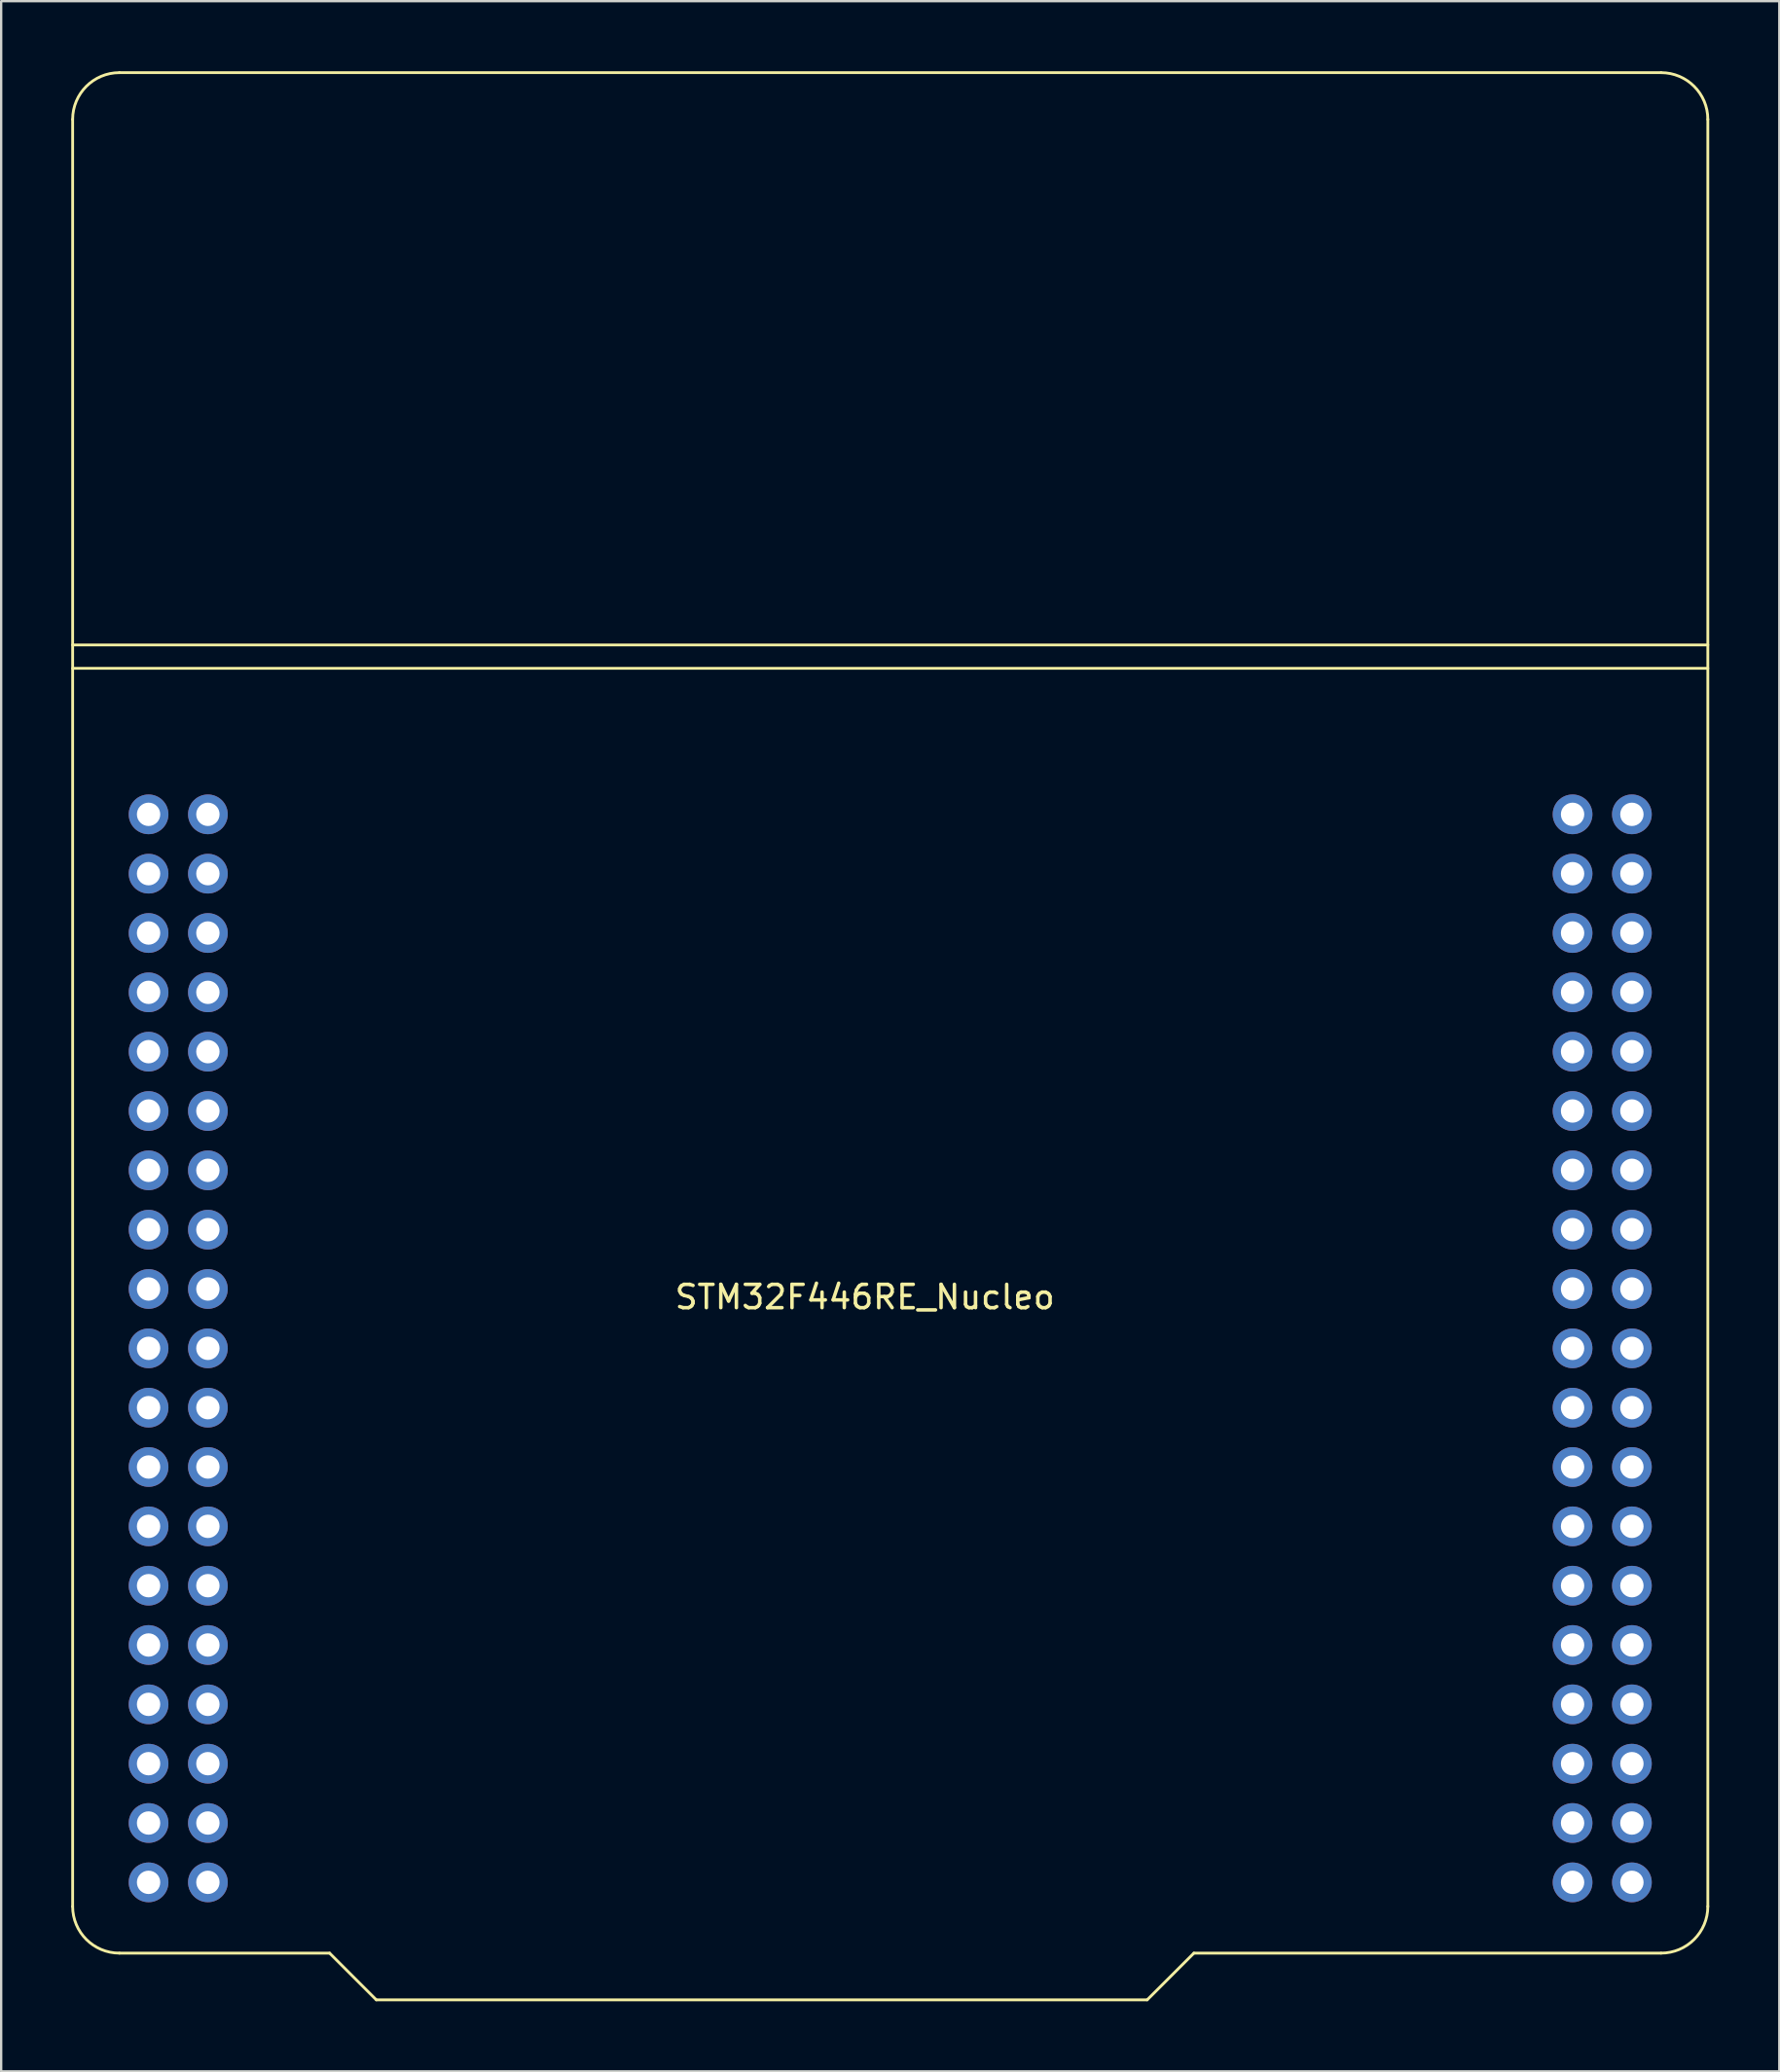
<source format=kicad_pcb>
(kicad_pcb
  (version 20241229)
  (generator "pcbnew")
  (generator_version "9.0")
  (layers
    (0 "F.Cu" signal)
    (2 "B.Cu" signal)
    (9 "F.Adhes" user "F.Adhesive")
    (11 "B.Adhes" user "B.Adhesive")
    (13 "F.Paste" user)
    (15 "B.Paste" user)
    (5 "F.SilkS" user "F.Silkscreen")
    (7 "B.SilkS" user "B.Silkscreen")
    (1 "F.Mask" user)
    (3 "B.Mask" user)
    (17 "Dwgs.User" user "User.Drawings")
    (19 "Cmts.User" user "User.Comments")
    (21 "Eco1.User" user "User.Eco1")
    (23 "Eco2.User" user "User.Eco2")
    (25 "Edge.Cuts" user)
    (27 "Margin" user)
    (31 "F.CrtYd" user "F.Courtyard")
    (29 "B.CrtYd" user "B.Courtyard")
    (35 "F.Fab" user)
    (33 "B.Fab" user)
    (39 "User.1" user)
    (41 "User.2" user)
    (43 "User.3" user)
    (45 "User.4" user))
  (footprint "STM32F446RE_Nucleo"
    (layer "F.Cu")
    (at 33.974 52.974)
    (property "Reference" "STM32F446RE_Nucleo" (at 0 -0.5 0) (unlocked yes) (layer "F.SilkS") (effects (font (size 1 1) (thickness 0.15))))
    (attr through_hole)
    (fp_line (start -33.914 -50.914) (end -33.914 25.586) (stroke (width 0.12) (type solid)) (layer "F.SilkS"))
    (fp_line (start -33.914 -27.414) (end 36.086 -27.414) (stroke (width 0.12) (type solid)) (layer "F.SilkS"))
    (fp_line (start -31.914 -52.914) (end 34.086 -52.914) (stroke (width 0.12) (type solid)) (layer "F.SilkS"))
    (fp_line (start -22.914 27.586) (end -31.914 27.586) (stroke (width 0.12) (type solid)) (layer "F.SilkS"))
    (fp_line (start -22.914 27.586) (end -20.914 29.586) (stroke (width 0.12) (type solid)) (layer "F.SilkS"))
    (fp_line (start -20.914 29.586) (end 12.086 29.586) (stroke (width 0.12) (type solid)) (layer "F.SilkS"))
    (fp_line (start 12.086 29.586) (end 14.086 27.586) (stroke (width 0.12) (type solid)) (layer "F.SilkS"))
    (fp_line (start 14.086 27.586) (end 34.086 27.586) (stroke (width 0.12) (type solid)) (layer "F.SilkS"))
    (fp_line (start 36.086 -50.914) (end 36.086 25.586) (stroke (width 0.12) (type solid)) (layer "F.SilkS"))
    (fp_line (start 36.086 -28.414) (end -33.914 -28.414) (stroke (width 0.12) (type solid)) (layer "F.SilkS"))
    (fp_arc (start -33.914214 -50.914214) (mid -33.328428 -52.328428) (end -31.914214 -52.914214) (stroke (width 0.12) (type solid)) (layer "F.SilkS"))
    (fp_arc (start -31.914214 27.585786) (mid -33.328428 27) (end -33.914214 25.585786) (stroke (width 0.12) (type solid)) (layer "F.SilkS"))
    (fp_arc (start 34.085786 -52.914214) (mid 35.500014 -52.328433) (end 36.085786 -50.914214) (stroke (width 0.12) (type solid)) (layer "F.SilkS"))
    (fp_arc (start 36.085786 25.585786) (mid 35.500004 27.000004) (end 34.085786 27.585786) (stroke (width 0.12) (type solid)) (layer "F.SilkS"))
    (pad "1" thru_hole circle (at -28.124 -5.924) (size 1.7 1.7) (drill 1) (layers "*.Cu" "*.Mask"))
    (pad "2" thru_hole circle (at -30.664 -13.544) (size 1.7 1.7) (drill 1) (layers "*.Cu" "*.Mask"))
    (pad "3" thru_hole circle (at -28.124 -8.464) (size 1.7 1.7) (drill 1) (layers "*.Cu" "*.Mask"))
    (pad "4" thru_hole circle (at 30.296 -13.544) (size 1.7 1.7) (drill 1) (layers "*.Cu" "*.Mask"))
    (pad "5" thru_hole circle (at -30.664 -16.084) (size 1.7 1.7) (drill 1) (layers "*.Cu" "*.Mask"))
    (pad "6" thru_hole circle (at -30.664 19.476) (size 1.7 1.7) (drill 1) (layers "*.Cu" "*.Mask"))
    (pad "7" thru_hole circle (at -28.124 6.776) (size 1.7 1.7) (drill 1) (layers "*.Cu" "*.Mask"))
    (pad "8" thru_hole circle (at 32.836 -13.544) (size 1.7 1.7) (drill 1) (layers "*.Cu" "*.Mask"))
    (pad "9" thru_hole circle (at -28.124 -16.084) (size 1.7 1.7) (drill 1) (layers "*.Cu" "*.Mask"))
    (pad "10" thru_hole circle (at -28.124 -0.844) (size 1.7 1.7) (drill 1) (layers "*.Cu" "*.Mask"))
    (pad "11" thru_hole circle (at -28.124 -3.384) (size 1.7 1.7) (drill 1) (layers "*.Cu" "*.Mask"))
    (pad "12" thru_hole circle (at -28.124 11.856) (size 1.7 1.7) (drill 1) (layers "*.Cu" "*.Mask"))
    (pad "13" thru_hole circle (at -28.124 14.396) (size 1.7 1.7) (drill 1) (layers "*.Cu" "*.Mask"))
    (pad "14" thru_hole circle (at 30.296 22.016) (size 1.7 1.7) (drill 1) (layers "*.Cu" "*.Mask"))
    (pad "15" thru_hole circle (at 30.296 24.556) (size 1.7 1.7) (drill 1) (layers "*.Cu" "*.Mask"))
    (pad "16" thru_hole circle (at -28.124 16.936) (size 1.7 1.7) (drill 1) (layers "*.Cu" "*.Mask"))
    (pad "17" thru_hole circle (at 30.296 -8.464) (size 1.7 1.7) (drill 1) (layers "*.Cu" "*.Mask"))
    (pad "18" thru_hole circle (at 30.296 -5.924) (size 1.7 1.7) (drill 1) (layers "*.Cu" "*.Mask"))
    (pad "19" thru_hole circle (at 30.296 -3.384) (size 1.7 1.7) (drill 1) (layers "*.Cu" "*.Mask"))
    (pad "20" thru_hole circle (at 30.296 6.776) (size 1.7 1.7) (drill 1) (layers "*.Cu" "*.Mask"))
    (pad "21" thru_hole circle (at 30.296 4.236) (size 1.7 1.7) (drill 1) (layers "*.Cu" "*.Mask"))
    (pad "22" thru_hole circle (at 30.296 19.476) (size 1.7 1.7) (drill 1) (layers "*.Cu" "*.Mask"))
    (pad "23" thru_hole circle (at 32.836 -5.924) (size 1.7 1.7) (drill 1) (layers "*.Cu" "*.Mask"))
    (pad "24" thru_hole circle (at 32.836 -8.464) (size 1.7 1.7) (drill 1) (layers "*.Cu" "*.Mask"))
    (pad "25" thru_hole circle (at -30.664 -5.924) (size 1.7 1.7) (drill 1) (layers "*.Cu" "*.Mask"))
    (pad "26" thru_hole circle (at -30.664 -3.384) (size 1.7 1.7) (drill 1) (layers "*.Cu" "*.Mask"))
    (pad "27" thru_hole circle (at -30.664 -0.844) (size 1.7 1.7) (drill 1) (layers "*.Cu" "*.Mask"))
    (pad "28" thru_hole circle (at -28.124 -18.624) (size 1.7 1.7) (drill 1) (layers "*.Cu" "*.Mask"))
    (pad "29" thru_hole circle (at -30.664 14.396) (size 1.7 1.7) (drill 1) (layers "*.Cu" "*.Mask"))
    (pad "30" thru_hole circle (at -30.664 16.936) (size 1.7 1.7) (drill 1) (layers "*.Cu" "*.Mask"))
    (pad "31" thru_hole circle (at -28.124 19.476) (size 1.7 1.7) (drill 1) (layers "*.Cu" "*.Mask"))
    (pad "32" thru_hole circle (at 32.836 6.776) (size 1.7 1.7) (drill 1) (layers "*.Cu" "*.Mask"))
    (pad "33" thru_hole circle (at 32.836 4.236) (size 1.7 1.7) (drill 1) (layers "*.Cu" "*.Mask"))
    (pad "34" thru_hole circle (at 30.296 16.936) (size 1.7 1.7) (drill 1) (layers "*.Cu" "*.Mask"))
    (pad "35" thru_hole circle (at 30.296 11.856) (size 1.7 1.7) (drill 1) (layers "*.Cu" "*.Mask"))
    (pad "36" thru_hole circle (at 30.296 14.396) (size 1.7 1.7) (drill 1) (layers "*.Cu" "*.Mask"))
    (pad "37" thru_hole circle (at 30.296 -0.844) (size 1.7 1.7) (drill 1) (layers "*.Cu" "*.Mask"))
    (pad "38" thru_hole circle (at -30.664 4.236) (size 1.7 1.7) (drill 1) (layers "*.Cu" "*.Mask"))
    (pad "39" thru_hole circle (at 30.296 -18.624) (size 1.7 1.7) (drill 1) (layers "*.Cu" "*.Mask"))
    (pad "40" thru_hole circle (at 30.296 -16.084) (size 1.7 1.7) (drill 1) (layers "*.Cu" "*.Mask"))
    (pad "41" thru_hole circle (at 30.296 9.316) (size 1.7 1.7) (drill 1) (layers "*.Cu" "*.Mask"))
    (pad "42" thru_hole circle (at 32.836 -3.384) (size 1.7 1.7) (drill 1) (layers "*.Cu" "*.Mask"))
    (pad "43" thru_hole circle (at 32.836 14.396) (size 1.7 1.7) (drill 1) (layers "*.Cu" "*.Mask"))
    (pad "44" thru_hole circle (at 32.836 11.856) (size 1.7 1.7) (drill 1) (layers "*.Cu" "*.Mask"))
    (pad "45" thru_hole circle (at 32.836 9.316) (size 1.7 1.7) (drill 1) (layers "*.Cu" "*.Mask"))
    (pad "46" thru_hole circle (at -28.124 24.556) (size 1.7 1.7) (drill 1) (layers "*.Cu" "*.Mask"))
    (pad "47" thru_hole circle (at -28.124 22.016) (size 1.7 1.7) (drill 1) (layers "*.Cu" "*.Mask"))
    (pad "48" thru_hole circle (at -30.664 22.016) (size 1.7 1.7) (drill 1) (layers "*.Cu" "*.Mask"))
    (pad "49" thru_hole circle (at -30.664 24.556) (size 1.7 1.7) (drill 1) (layers "*.Cu" "*.Mask"))
    (pad "50" thru_hole circle (at 32.836 19.476) (size 1.7 1.7) (drill 1) (layers "*.Cu" "*.Mask"))
    (pad "51" thru_hole circle (at 32.836 -16.084) (size 1.7 1.7) (drill 1) (layers "*.Cu" "*.Mask"))
    (pad "52" thru_hole circle (at 32.836 -18.624) (size 1.7 1.7) (drill 1) (layers "*.Cu" "*.Mask"))
    (pad "53" thru_hole circle (at 30.296 1.696) (size 1.7 1.7) (drill 1) (layers "*.Cu" "*.Mask"))
    (pad "54" thru_hole circle (at 32.836 -21.164) (size 1.7 1.7) (drill 1) (layers "*.Cu" "*.Mask"))
    (pad "55" thru_hole circle (at 30.296 -21.164) (size 1.7 1.7) (drill 1) (layers "*.Cu" "*.Mask"))
    (pad "56" thru_hole circle (at -30.664 -21.164) (size 1.7 1.7) (drill 1) (layers "*.Cu" "*.Mask"))
    (pad "57" thru_hole circle (at -28.124 -21.164) (size 1.7 1.7) (drill 1) (layers "*.Cu" "*.Mask"))
    (pad "58" thru_hole circle (at -30.664 -18.624) (size 1.7 1.7) (drill 1) (layers "*.Cu" "*.Mask"))
    (pad "59" thru_hole circle (at -30.664 6.776) (size 1.7 1.7) (drill 1) (layers "*.Cu" "*.Mask"))
    (pad "60" thru_hole circle (at -30.664 9.316) (size 1.7 1.7) (drill 1) (layers "*.Cu" "*.Mask"))
    (pad "61" thru_hole circle (at -30.664 11.856) (size 1.7 1.7) (drill 1) (layers "*.Cu" "*.Mask"))
    (pad "62" thru_hole circle (at -30.664 1.696) (size 1.7 1.7) (drill 1) (layers "*.Cu" "*.Mask"))
    (pad "62" thru_hole circle (at -28.124 -13.544) (size 1.7 1.7) (drill 1) (layers "*.Cu" "*.Mask"))
    (pad "62" thru_hole circle (at -28.124 1.696) (size 1.7 1.7) (drill 1) (layers "*.Cu" "*.Mask"))
    (pad "62" thru_hole circle (at -28.124 4.236) (size 1.7 1.7) (drill 1) (layers "*.Cu" "*.Mask"))
    (pad "62" thru_hole circle (at 30.296 -11.004) (size 1.7 1.7) (drill 1) (layers "*.Cu" "*.Mask"))
    (pad "62" thru_hole circle (at 32.836 1.696) (size 1.7 1.7) (drill 1) (layers "*.Cu" "*.Mask"))
    (pad "62" thru_hole circle (at 32.836 16.936) (size 1.7 1.7) (drill 1) (layers "*.Cu" "*.Mask"))
    (pad "63" thru_hole circle (at -30.664 -8.464) (size 1.7 1.7) (drill 1) (layers "*.Cu" "*.Mask"))
    (pad "64" thru_hole circle (at -28.124 -11.004) (size 1.7 1.7) (drill 1) (layers "*.Cu" "*.Mask"))
    (pad "65" thru_hole circle (at -30.664 -11.004) (size 1.7 1.7) (drill 1) (layers "*.Cu" "*.Mask"))
    (pad "66" thru_hole circle (at -28.124 9.316) (size 1.7 1.7) (drill 1) (layers "*.Cu" "*.Mask"))
    (pad "67" thru_hole circle (at 32.836 -11.004) (size 1.7 1.7) (drill 1) (layers "*.Cu" "*.Mask"))
    (pad "68" thru_hole circle (at 32.836 -0.844) (size 1.7 1.7) (drill 1) (layers "*.Cu" "*.Mask"))
    (pad "69" thru_hole circle (at 32.836 22.016) (size 1.7 1.7) (drill 1) (layers "*.Cu" "*.Mask"))
    (pad "70" thru_hole circle (at 32.836 24.556) (size 1.7 1.7) (drill 1) (layers "*.Cu" "*.Mask")))
  (gr_rect
    (start -3 -3)
    (end 73.12 85.62)
    (stroke (width 0.1) (type default))
    (fill no)
    (layer "Edge.Cuts")))
</source>
